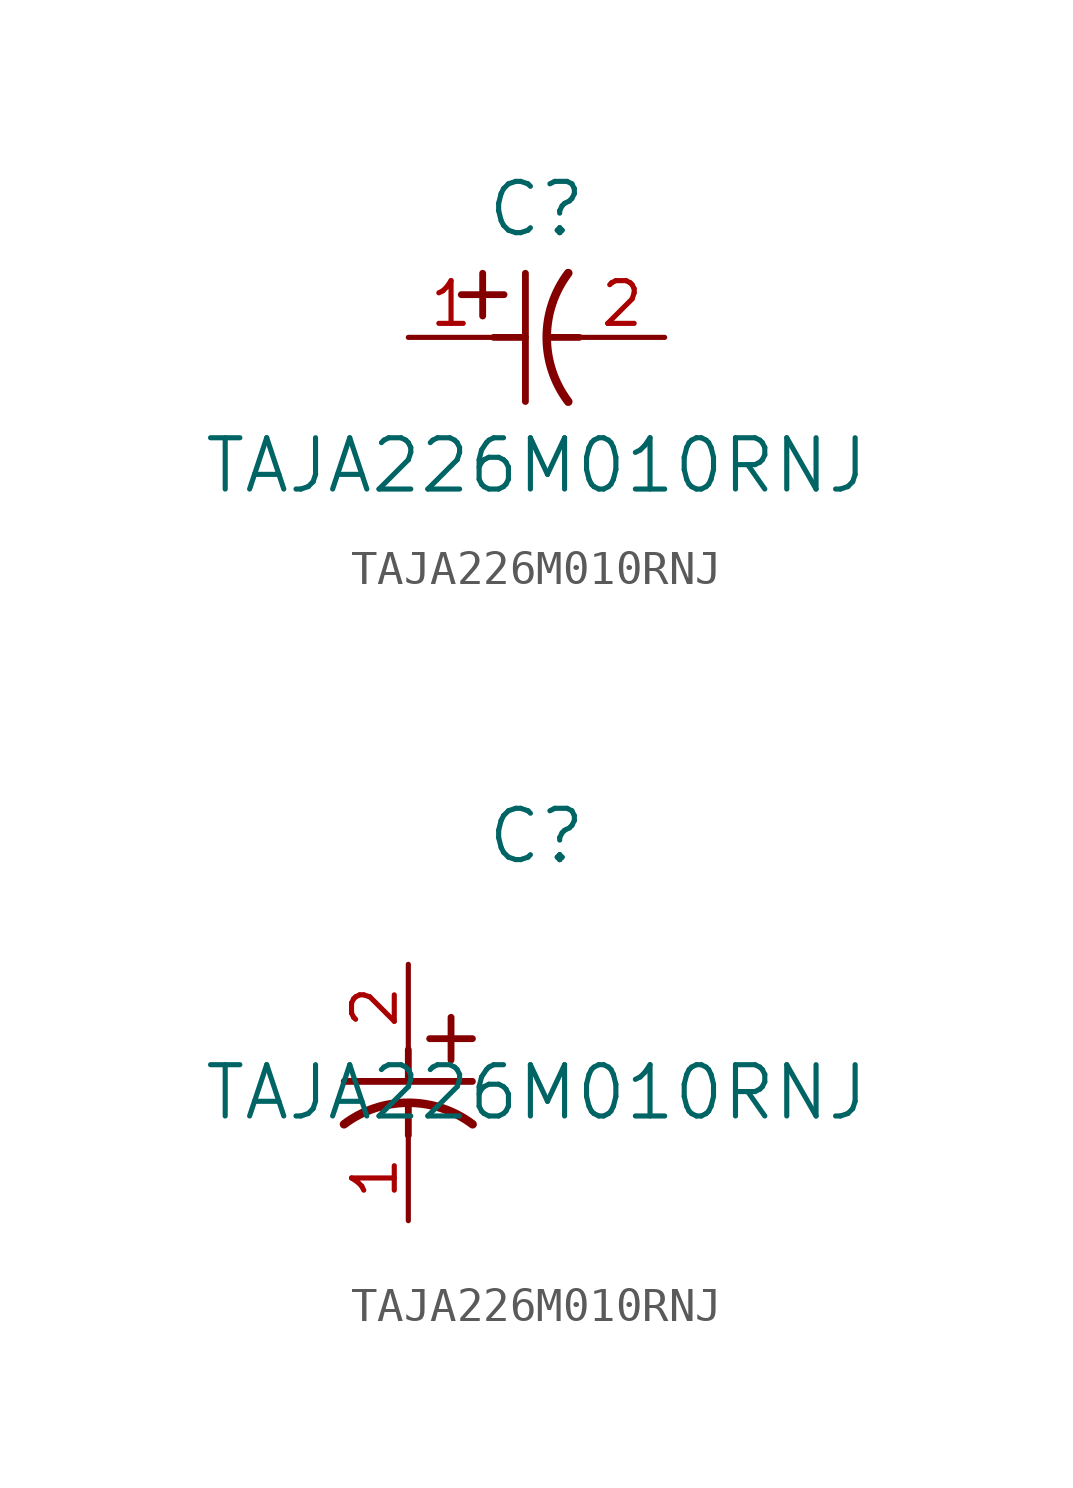
<source format=kicad_sym>
(kicad_symbol_lib
  (version 20211014)
  (generator kicad_symbol_editor)
  (symbol "TAJA226M010RNJ"
    (pin_names
      (offset 0.254))
    (property "Reference" "C"
      (at 3.81 3.81 0)
      (effects (font (size 1.524 1.524))))
    (property "Value" "TAJA226M010RNJ"
      (at 3.81 -3.81 0)
      (effects (font (size 1.524 1.524))))
    (symbol "TAJA226M010RNJ_1_1"
      (polyline (pts (xy 2.21 0.635) (xy 2.21 1.905)) (stroke (width 0.203) (type default) (color 0 0 0 0)) (fill (type none)))
      (arc (start 4.754132 1.910763) (mid 4.1148 0) (end 4.754132 -1.910763) (stroke (width 0.254) (type default) (color 0 0 0 0)) (fill (type none)))
      (polyline (pts (xy 4.115 0) (xy 5.08 0)) (stroke (width 0.203) (type default) (color 0 0 0 0)) (fill (type none)))
      (polyline (pts (xy 3.48 -1.905) (xy 3.48 1.905)) (stroke (width 0.203) (type default) (color 0 0 0 0)) (fill (type none)))
      (polyline (pts (xy 1.575 1.27) (xy 2.845 1.27)) (stroke (width 0.203) (type default) (color 0 0 0 0)) (fill (type none)))
      (polyline (pts (xy 2.54 0) (xy 3.48 0)) (stroke (width 0.203) (type default) (color 0 0 0 0)) (fill (type none)))
      (pin unspecified line (at 0 0 0) (length 2.54) (name "" (effects (font (size 1.27 1.27)))) (number "1" (effects (font (size 1.27 1.27)))))
      (pin unspecified line (at 7.62 0 180) (length 2.54) (name "" (effects (font (size 1.27 1.27)))) (number "2" (effects (font (size 1.27 1.27))))))
    (symbol "TAJA226M010RNJ_1_2"
      (polyline (pts (xy 0 -2.54) (xy 0 -3.48)) (stroke (width 0.203) (type default) (color 0 0 0 0)) (fill (type none)))
      (arc (start 1.910763 -4.754132) (mid 0 -4.1148) (end -1.910763 -4.754132) (stroke (width 0.254) (type default) (color 0 0 0 0)) (fill (type none)))
      (polyline (pts (xy -1.905 -3.48) (xy 1.905 -3.48)) (stroke (width 0.203) (type default) (color 0 0 0 0)) (fill (type none)))
      (polyline (pts (xy 0.635 -2.21) (xy 1.905 -2.21)) (stroke (width 0.203) (type default) (color 0 0 0 0)) (fill (type none)))
      (polyline (pts (xy 1.27 -1.575) (xy 1.27 -2.845)) (stroke (width 0.203) (type default) (color 0 0 0 0)) (fill (type none)))
      (polyline (pts (xy 0 -4.115) (xy 0 -5.08)) (stroke (width 0.203) (type default) (color 0 0 0 0)) (fill (type none)))
      (pin unspecified line (at 0 -7.62 90) (length 2.54) (name "" (effects (font (size 1.27 1.27)))) (number "1" (effects (font (size 1.27 1.27)))))
      (pin unspecified line (at 0 0 270) (length 2.54) (name "" (effects (font (size 1.27 1.27)))) (number "2" (effects (font (size 1.27 1.27))))))))
</source>
